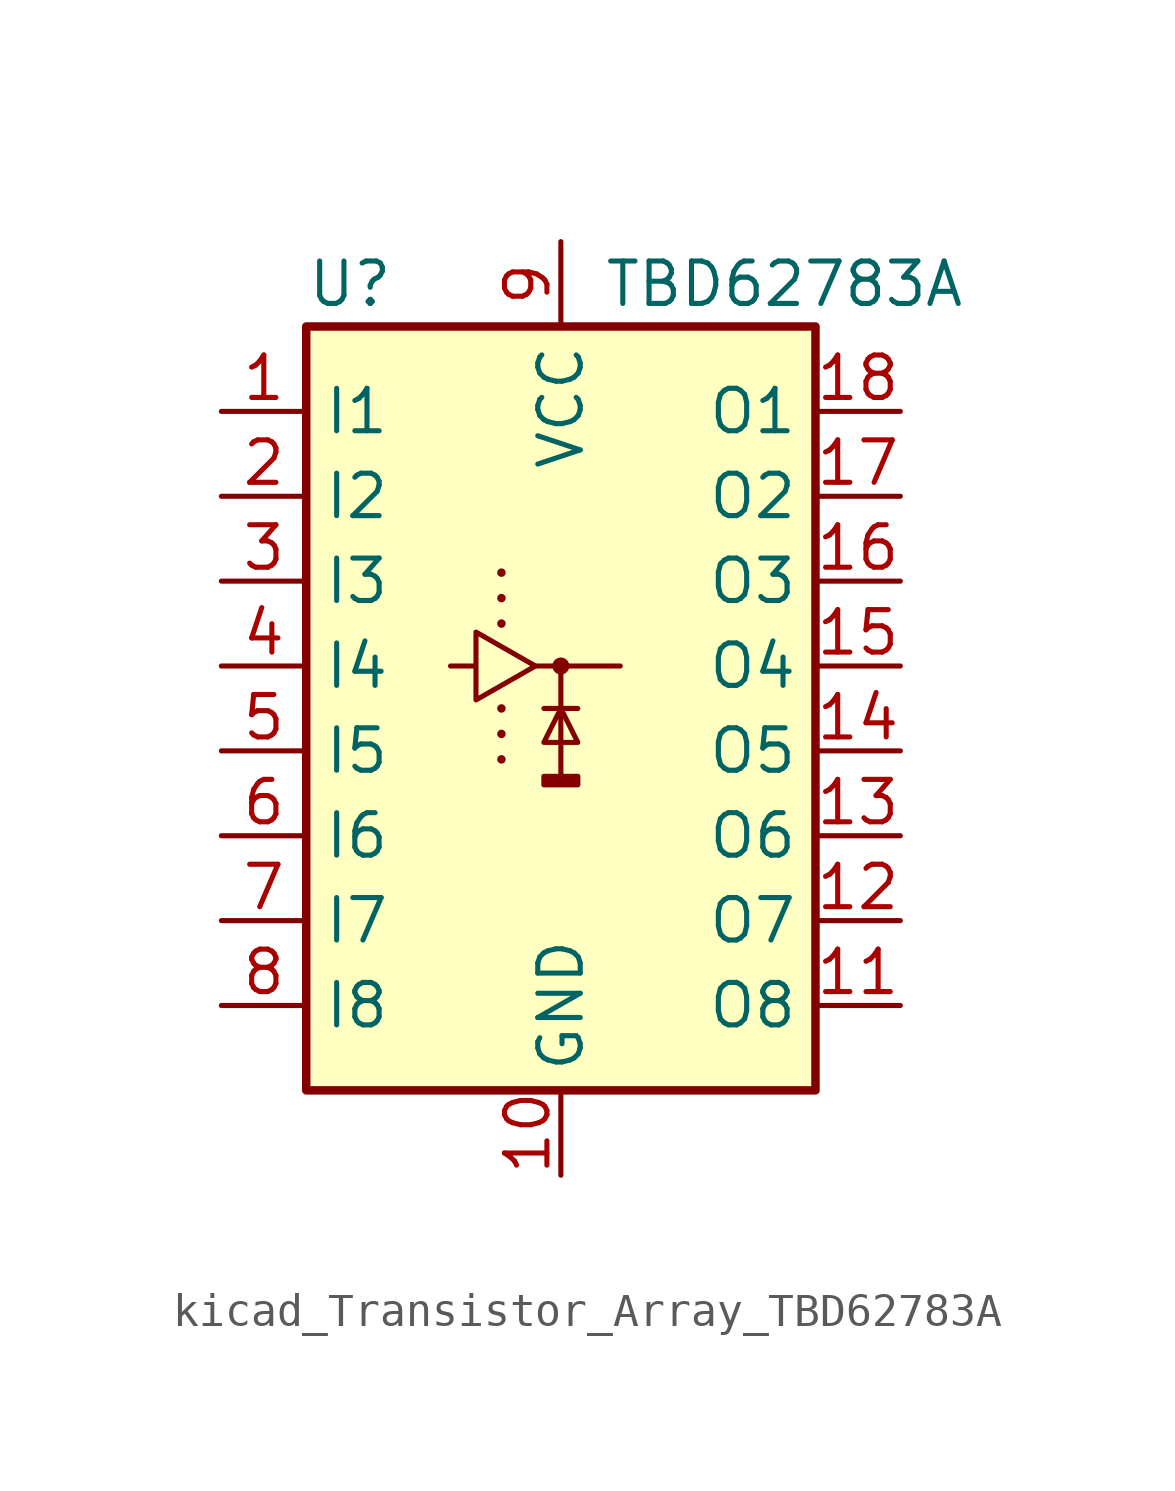
<source format=kicad_sym>
(kicad_symbol_lib
  (version 20220914)
  (generator kicad_symbol_editor)
  (symbol "kicad_Transistor_Array_TBD62783A"
    (property "Reference" "U"
      (at -7.62 11.43 0)
      (effects (font (size 1.27 1.27)) (justify left)))
    (property "Value" "TBD62783A"
      (at 1.27 11.43 0)
      (effects (font (size 1.27 1.27)) (justify left)))
    (symbol "kicad_Transistor_Array_TBD62783A_0_1"
      (rectangle (start -7.62 10.16) (end 7.62 -12.7) (stroke (width 0.254) (type default)) (fill (type background)))
      (rectangle (start -0.508 -3.302) (end 0.508 -3.556) (stroke (width 0) (type default)) (fill (type outline)))
      (polyline (pts (xy -1.778 -2.794) (xy -1.778 -2.794)) (stroke (width 0.254) (type default)) (fill (type none)))
      (polyline (pts (xy -1.778 -2.032) (xy -1.778 -2.032)) (stroke (width 0.254) (type default)) (fill (type none)))
      (polyline (pts (xy -1.778 -1.27) (xy -1.778 -1.27)) (stroke (width 0.254) (type default)) (fill (type none)))
      (polyline (pts (xy -1.778 1.27) (xy -1.778 1.27)) (stroke (width 0.254) (type default)) (fill (type none)))
      (polyline (pts (xy -1.778 2.032) (xy -1.778 2.032)) (stroke (width 0.254) (type default)) (fill (type none)))
      (polyline (pts (xy -1.778 2.794) (xy -1.778 2.794)) (stroke (width 0.254) (type default)) (fill (type none)))
      (polyline (pts (xy -0.762 0) (xy 1.778 0)) (stroke (width 0) (type default)) (fill (type none)))
      (polyline (pts (xy -0.508 -1.27) (xy 0.508 -1.27)) (stroke (width 0) (type default)) (fill (type none)))
      (polyline (pts (xy 0 0) (xy 0 -3.302)) (stroke (width 0) (type default)) (fill (type none)))
      (polyline (pts (xy 0 0) (xy 0 0)) (stroke (width 0.508) (type default)) (fill (type none)))
      (polyline (pts (xy 0 -1.27) (xy -0.508 -2.286) (xy 0.508 -2.286) (xy 0 -1.27)) (stroke (width 0) (type default)) (fill (type none)))
      (polyline (pts (xy -3.302 0) (xy -2.54 0) (xy -2.54 1.016) (xy -0.762 0) (xy -2.54 -1.016) (xy -2.54 0)) (stroke (width 0) (type default)) (fill (type none))))
    (symbol "kicad_Transistor_Array_TBD62783A_1_1"
      (pin input line (at -10.16 7.62 0) (length 2.54) (name "I1" (effects (font (size 1.27 1.27)))) (number "1" (effects (font (size 1.27 1.27)))))
      (pin power_in line (at 0 -15.24 90) (length 2.54) (name "GND" (effects (font (size 1.27 1.27)))) (number "10" (effects (font (size 1.27 1.27)))))
      (pin open_emitter line (at 10.16 -10.16 180) (length 2.54) (name "O8" (effects (font (size 1.27 1.27)))) (number "11" (effects (font (size 1.27 1.27)))))
      (pin open_emitter line (at 10.16 -7.62 180) (length 2.54) (name "O7" (effects (font (size 1.27 1.27)))) (number "12" (effects (font (size 1.27 1.27)))))
      (pin open_emitter line (at 10.16 -5.08 180) (length 2.54) (name "O6" (effects (font (size 1.27 1.27)))) (number "13" (effects (font (size 1.27 1.27)))))
      (pin open_emitter line (at 10.16 -2.54 180) (length 2.54) (name "O5" (effects (font (size 1.27 1.27)))) (number "14" (effects (font (size 1.27 1.27)))))
      (pin open_emitter line (at 10.16 0 180) (length 2.54) (name "O4" (effects (font (size 1.27 1.27)))) (number "15" (effects (font (size 1.27 1.27)))))
      (pin open_emitter line (at 10.16 2.54 180) (length 2.54) (name "O3" (effects (font (size 1.27 1.27)))) (number "16" (effects (font (size 1.27 1.27)))))
      (pin open_emitter line (at 10.16 5.08 180) (length 2.54) (name "O2" (effects (font (size 1.27 1.27)))) (number "17" (effects (font (size 1.27 1.27)))))
      (pin open_emitter line (at 10.16 7.62 180) (length 2.54) (name "O1" (effects (font (size 1.27 1.27)))) (number "18" (effects (font (size 1.27 1.27)))))
      (pin input line (at -10.16 5.08 0) (length 2.54) (name "I2" (effects (font (size 1.27 1.27)))) (number "2" (effects (font (size 1.27 1.27)))))
      (pin input line (at -10.16 2.54 0) (length 2.54) (name "I3" (effects (font (size 1.27 1.27)))) (number "3" (effects (font (size 1.27 1.27)))))
      (pin input line (at -10.16 0 0) (length 2.54) (name "I4" (effects (font (size 1.27 1.27)))) (number "4" (effects (font (size 1.27 1.27)))))
      (pin input line (at -10.16 -2.54 0) (length 2.54) (name "I5" (effects (font (size 1.27 1.27)))) (number "5" (effects (font (size 1.27 1.27)))))
      (pin input line (at -10.16 -5.08 0) (length 2.54) (name "I6" (effects (font (size 1.27 1.27)))) (number "6" (effects (font (size 1.27 1.27)))))
      (pin input line (at -10.16 -7.62 0) (length 2.54) (name "I7" (effects (font (size 1.27 1.27)))) (number "7" (effects (font (size 1.27 1.27)))))
      (pin input line (at -10.16 -10.16 0) (length 2.54) (name "I8" (effects (font (size 1.27 1.27)))) (number "8" (effects (font (size 1.27 1.27)))))
      (pin power_in line (at 0 12.7 270) (length 2.54) (name "VCC" (effects (font (size 1.27 1.27)))) (number "9" (effects (font (size 1.27 1.27))))))))
</source>
